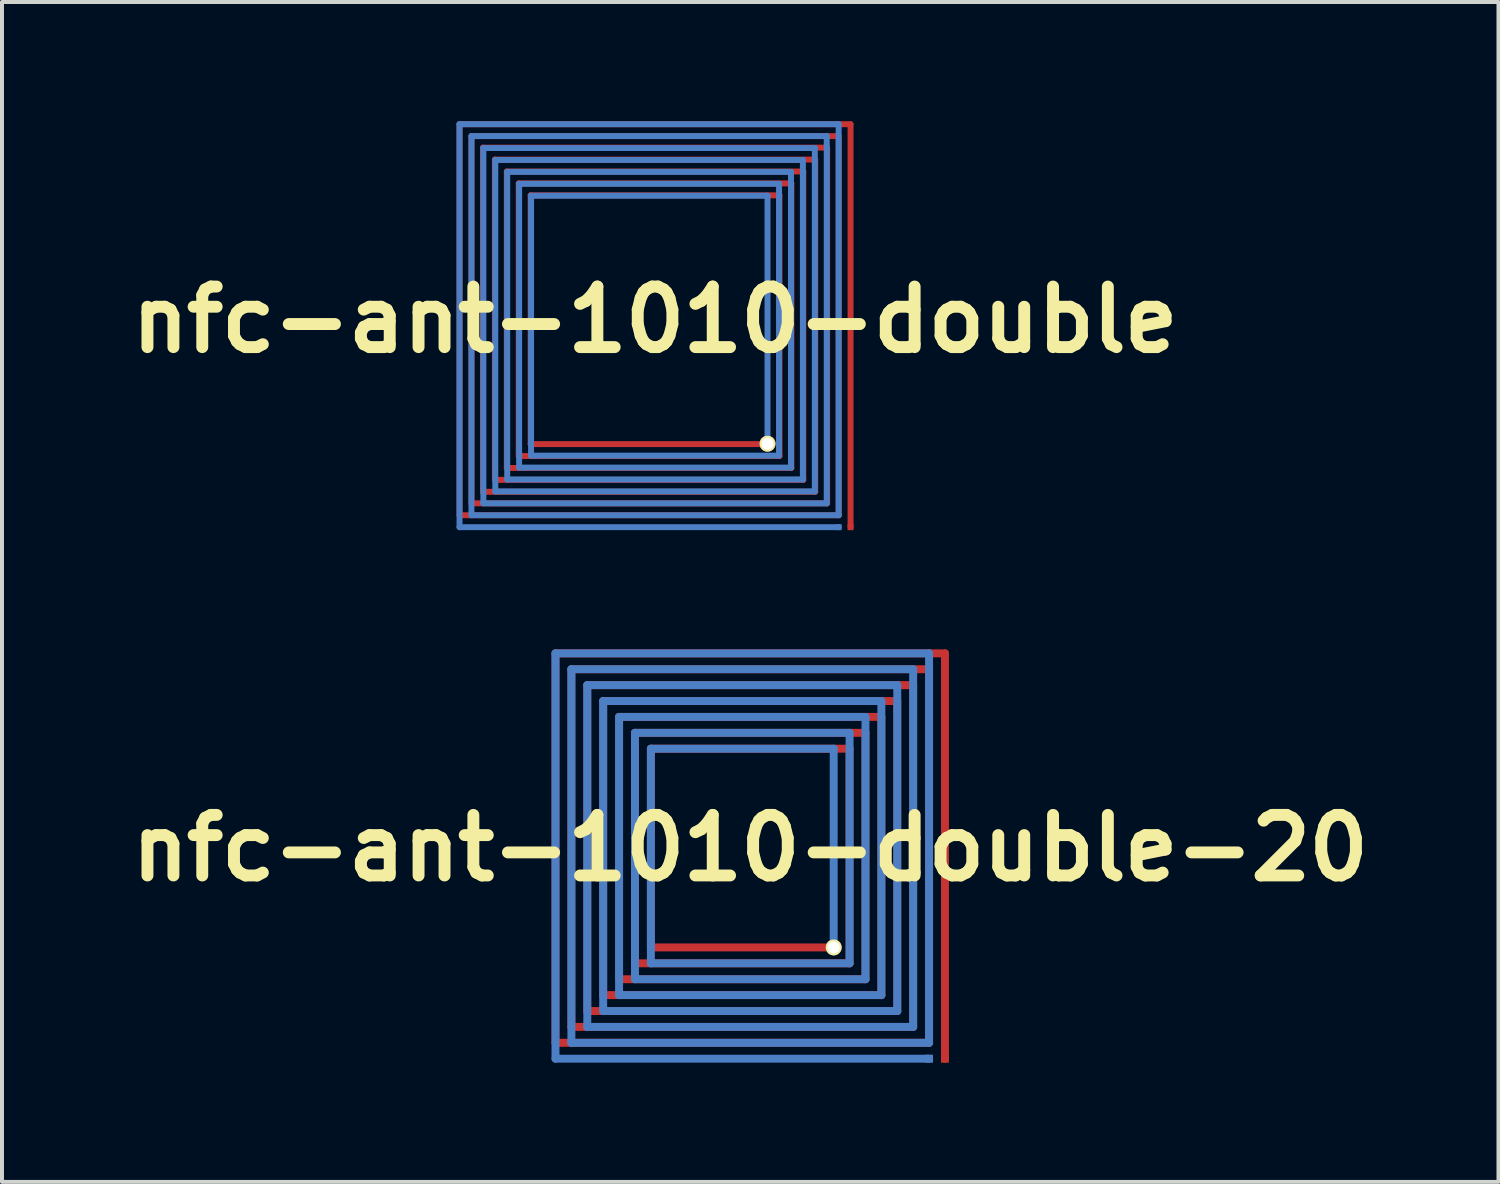
<source format=kicad_pcb>
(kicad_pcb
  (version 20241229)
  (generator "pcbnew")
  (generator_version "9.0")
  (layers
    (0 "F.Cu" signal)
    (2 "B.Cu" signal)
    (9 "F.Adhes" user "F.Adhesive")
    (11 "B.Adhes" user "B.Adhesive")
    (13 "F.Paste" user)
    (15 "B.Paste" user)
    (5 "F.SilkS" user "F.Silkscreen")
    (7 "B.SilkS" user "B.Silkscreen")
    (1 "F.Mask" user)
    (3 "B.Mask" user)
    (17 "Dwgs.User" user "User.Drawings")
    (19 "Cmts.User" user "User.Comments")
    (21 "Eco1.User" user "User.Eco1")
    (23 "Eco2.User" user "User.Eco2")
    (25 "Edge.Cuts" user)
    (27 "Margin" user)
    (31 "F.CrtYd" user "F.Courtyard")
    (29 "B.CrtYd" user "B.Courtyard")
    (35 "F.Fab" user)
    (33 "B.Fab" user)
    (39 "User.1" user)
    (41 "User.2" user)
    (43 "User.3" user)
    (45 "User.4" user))
  (footprint "nfc-ant-1010-double-20"
    (layer "F.Cu")
    (at 15.828 18.29)
    (property "Reference" "nfc-ant-1010-double-20" (at 0 0 0) (layer "F.SilkS") (effects (font (size 1.524 1.524) (thickness 0.3))))
    (attr through_hole)
    (fp_line (start -4.9 -4.9) (end -4.9 4.9) (stroke (width 0.2) (type solid)) (layer "F.Cu"))
    (fp_line (start -4.9 4.9) (end 4.5 4.9) (stroke (width 0.2) (type solid)) (layer "F.Cu"))
    (fp_line (start -4.5 -4.5) (end -4.5 4.5) (stroke (width 0.2) (type solid)) (layer "F.Cu"))
    (fp_line (start -4.5 4.5) (end 4.1 4.5) (stroke (width 0.2) (type solid)) (layer "F.Cu"))
    (fp_line (start -4.1 -4.1) (end -4.1 4.1) (stroke (width 0.2) (type solid)) (layer "F.Cu"))
    (fp_line (start -4.1 4.1) (end 3.7 4.1) (stroke (width 0.2) (type solid)) (layer "F.Cu"))
    (fp_line (start -3.7 -3.7) (end -3.7 3.7) (stroke (width 0.2) (type solid)) (layer "F.Cu"))
    (fp_line (start -3.7 3.7) (end 3.3 3.7) (stroke (width 0.2) (type solid)) (layer "F.Cu"))
    (fp_line (start -3.3 -3.3) (end -3.3 3.3) (stroke (width 0.2) (type solid)) (layer "F.Cu"))
    (fp_line (start -3.3 3.3) (end 2.9 3.3) (stroke (width 0.2) (type solid)) (layer "F.Cu"))
    (fp_line (start -2.9 -2.9) (end -2.9 2.9) (stroke (width 0.2) (type solid)) (layer "F.Cu"))
    (fp_line (start -2.9 2.9) (end 2.5 2.9) (stroke (width 0.2) (type solid)) (layer "F.Cu"))
    (fp_line (start -2.5 -2.5) (end -2.5 2.5) (stroke (width 0.2) (type solid)) (layer "F.Cu"))
    (fp_line (start -2.5 2.5) (end 2.1 2.5) (stroke (width 0.2) (type solid)) (layer "F.Cu"))
    (fp_line (start 2.5 -2.5) (end -2.5 -2.5) (stroke (width 0.2) (type solid)) (layer "F.Cu"))
    (fp_line (start 2.5 2.9) (end 2.5 -2.5) (stroke (width 0.2) (type solid)) (layer "F.Cu"))
    (fp_line (start 2.9 -2.9) (end -2.9 -2.9) (stroke (width 0.2) (type solid)) (layer "F.Cu"))
    (fp_line (start 2.9 3.3) (end 2.9 -2.9) (stroke (width 0.2) (type solid)) (layer "F.Cu"))
    (fp_line (start 3.3 -3.3) (end -3.3 -3.3) (stroke (width 0.2) (type solid)) (layer "F.Cu"))
    (fp_line (start 3.3 3.7) (end 3.3 -3.3) (stroke (width 0.2) (type solid)) (layer "F.Cu"))
    (fp_line (start 3.7 -3.7) (end -3.7 -3.7) (stroke (width 0.2) (type solid)) (layer "F.Cu"))
    (fp_line (start 3.7 4.1) (end 3.7 -3.7) (stroke (width 0.2) (type solid)) (layer "F.Cu"))
    (fp_line (start 4.1 -4.1) (end -4.1 -4.1) (stroke (width 0.2) (type solid)) (layer "F.Cu"))
    (fp_line (start 4.1 4.5) (end 4.1 -4.1) (stroke (width 0.2) (type solid)) (layer "F.Cu"))
    (fp_line (start 4.5 -4.5) (end -4.5 -4.5) (stroke (width 0.2) (type solid)) (layer "F.Cu"))
    (fp_line (start 4.5 4.9) (end 4.5 -4.5) (stroke (width 0.2) (type solid)) (layer "F.Cu"))
    (fp_line (start 4.9 -4.9) (end -4.9 -4.9) (stroke (width 0.2) (type solid)) (layer "F.Cu"))
    (fp_line (start 4.9 5.3) (end 4.9 -4.9) (stroke (width 0.2) (type solid)) (layer "F.Cu"))
    (fp_line (start -4.9 -4.9) (end -4.9 5.3) (stroke (width 0.2) (type solid)) (layer "B.Cu"))
    (fp_line (start -4.9 5.3) (end 4.5 5.3) (stroke (width 0.2) (type solid)) (layer "B.Cu"))
    (fp_line (start -4.5 -4.5) (end -4.5 4.9) (stroke (width 0.2) (type solid)) (layer "B.Cu"))
    (fp_line (start -4.5 4.9) (end 4.5 4.9) (stroke (width 0.2) (type solid)) (layer "B.Cu"))
    (fp_line (start -4.1 -4.1) (end -4.1 4.5) (stroke (width 0.2) (type solid)) (layer "B.Cu"))
    (fp_line (start -4.1 4.5) (end 4.1 4.5) (stroke (width 0.2) (type solid)) (layer "B.Cu"))
    (fp_line (start -3.7 -3.7) (end -3.7 4.1) (stroke (width 0.2) (type solid)) (layer "B.Cu"))
    (fp_line (start -3.7 4.1) (end 3.7 4.1) (stroke (width 0.2) (type solid)) (layer "B.Cu"))
    (fp_line (start -3.3 -3.3) (end -3.3 3.7) (stroke (width 0.2) (type solid)) (layer "B.Cu"))
    (fp_line (start -3.3 3.7) (end 3.3 3.7) (stroke (width 0.2) (type solid)) (layer "B.Cu"))
    (fp_line (start -2.9 -2.9) (end -2.9 3.3) (stroke (width 0.2) (type solid)) (layer "B.Cu"))
    (fp_line (start -2.9 3.3) (end 2.9 3.3) (stroke (width 0.2) (type solid)) (layer "B.Cu"))
    (fp_line (start -2.5 -2.5) (end -2.5 2.9) (stroke (width 0.2) (type solid)) (layer "B.Cu"))
    (fp_line (start -2.5 2.9) (end 2.5 2.9) (stroke (width 0.2) (type solid)) (layer "B.Cu"))
    (fp_line (start 2.1 -2.5) (end -2.5 -2.5) (stroke (width 0.2) (type solid)) (layer "B.Cu"))
    (fp_line (start 2.1 2.5) (end 2.1 -2.5) (stroke (width 0.2) (type solid)) (layer "B.Cu"))
    (fp_line (start 2.5 -2.9) (end -2.9 -2.9) (stroke (width 0.2) (type solid)) (layer "B.Cu"))
    (fp_line (start 2.5 2.9) (end 2.5 -2.9) (stroke (width 0.2) (type solid)) (layer "B.Cu"))
    (fp_line (start 2.9 -3.3) (end -3.3 -3.3) (stroke (width 0.2) (type solid)) (layer "B.Cu"))
    (fp_line (start 2.9 3.3) (end 2.9 -3.3) (stroke (width 0.2) (type solid)) (layer "B.Cu"))
    (fp_line (start 3.3 -3.7) (end -3.7 -3.7) (stroke (width 0.2) (type solid)) (layer "B.Cu"))
    (fp_line (start 3.3 3.7) (end 3.3 -3.7) (stroke (width 0.2) (type solid)) (layer "B.Cu"))
    (fp_line (start 3.7 -4.1) (end -4.1 -4.1) (stroke (width 0.2) (type solid)) (layer "B.Cu"))
    (fp_line (start 3.7 4.1) (end 3.7 -4.1) (stroke (width 0.2) (type solid)) (layer "B.Cu"))
    (fp_line (start 4.1 -4.5) (end -4.5 -4.5) (stroke (width 0.2) (type solid)) (layer "B.Cu"))
    (fp_line (start 4.1 4.5) (end 4.1 -4.5) (stroke (width 0.2) (type solid)) (layer "B.Cu"))
    (fp_line (start 4.5 -4.9) (end -4.9 -4.9) (stroke (width 0.2) (type solid)) (layer "B.Cu"))
    (fp_line (start 4.5 4.9) (end 4.5 -4.9) (stroke (width 0.2) (type solid)) (layer "B.Cu"))
    (pad "" thru_hole circle (at 2.1 2.5) (size 0.4 0.4) (drill 0.3) (layers "*.Cu" "*.Mask" "F.SilkS"))
    (pad "1" smd rect (at 4.9 5.3) (size 0.2 0.2) (layers "F.Cu"))
    (pad "2" smd rect (at 4.5 5.3) (size 0.2 0.2) (layers "B.Cu")))
  (footprint "nfc-ant-1010-double"
    (layer "F.Cu")
    (at 13.433 4.995)
    (property "Reference" "nfc-ant-1010-double" (at 0 0 0) (layer "F.SilkS") (effects (font (size 1.524 1.524) (thickness 0.3))))
    (attr through_hole)
    (fp_line (start -4.92 -4.92) (end -4.92 4.92) (stroke (width 0.15) (type solid)) (layer "F.Cu"))
    (fp_line (start -4.92 4.92) (end 4.62 4.92) (stroke (width 0.15) (type solid)) (layer "F.Cu"))
    (fp_line (start -4.62 -4.62) (end -4.62 4.62) (stroke (width 0.15) (type solid)) (layer "F.Cu"))
    (fp_line (start -4.62 4.62) (end 4.33 4.62) (stroke (width 0.15) (type solid)) (layer "F.Cu"))
    (fp_line (start -4.33 -4.33) (end -4.33 4.33) (stroke (width 0.15) (type solid)) (layer "F.Cu"))
    (fp_line (start -4.33 4.33) (end 4.03 4.33) (stroke (width 0.15) (type solid)) (layer "F.Cu"))
    (fp_line (start -4.03 -4.03) (end -4.03 4.03) (stroke (width 0.15) (type solid)) (layer "F.Cu"))
    (fp_line (start -4.03 4.03) (end 3.73 4.03) (stroke (width 0.15) (type solid)) (layer "F.Cu"))
    (fp_line (start -3.73 -3.73) (end -3.73 3.73) (stroke (width 0.15) (type solid)) (layer "F.Cu"))
    (fp_line (start -3.73 3.73) (end 3.43 3.73) (stroke (width 0.15) (type solid)) (layer "F.Cu"))
    (fp_line (start -3.43 -3.43) (end -3.43 3.43) (stroke (width 0.15) (type solid)) (layer "F.Cu"))
    (fp_line (start -3.43 3.43) (end 3.13 3.43) (stroke (width 0.15) (type solid)) (layer "F.Cu"))
    (fp_line (start -3.13 -3.13) (end -3.13 3.13) (stroke (width 0.15) (type solid)) (layer "F.Cu"))
    (fp_line (start -3.13 3.13) (end 2.83 3.13) (stroke (width 0.15) (type solid)) (layer "F.Cu"))
    (fp_line (start 3.13 -3.13) (end -3.13 -3.13) (stroke (width 0.15) (type solid)) (layer "F.Cu"))
    (fp_line (start 3.13 3.43) (end 3.13 -3.13) (stroke (width 0.15) (type solid)) (layer "F.Cu"))
    (fp_line (start 3.43 -3.43) (end -3.43 -3.43) (stroke (width 0.15) (type solid)) (layer "F.Cu"))
    (fp_line (start 3.43 3.73) (end 3.43 -3.43) (stroke (width 0.15) (type solid)) (layer "F.Cu"))
    (fp_line (start 3.73 -3.73) (end -3.73 -3.73) (stroke (width 0.15) (type solid)) (layer "F.Cu"))
    (fp_line (start 3.73 4.03) (end 3.73 -3.73) (stroke (width 0.15) (type solid)) (layer "F.Cu"))
    (fp_line (start 4.03 -4.03) (end -4.03 -4.03) (stroke (width 0.15) (type solid)) (layer "F.Cu"))
    (fp_line (start 4.03 4.33) (end 4.03 -4.03) (stroke (width 0.15) (type solid)) (layer "F.Cu"))
    (fp_line (start 4.33 -4.33) (end -4.33 -4.33) (stroke (width 0.15) (type solid)) (layer "F.Cu"))
    (fp_line (start 4.33 4.62) (end 4.33 -4.33) (stroke (width 0.15) (type solid)) (layer "F.Cu"))
    (fp_line (start 4.62 -4.62) (end -4.62 -4.62) (stroke (width 0.15) (type solid)) (layer "F.Cu"))
    (fp_line (start 4.62 4.92) (end 4.62 -4.62) (stroke (width 0.15) (type solid)) (layer "F.Cu"))
    (fp_line (start 4.92 -4.92) (end -4.92 -4.92) (stroke (width 0.15) (type solid)) (layer "F.Cu"))
    (fp_line (start 4.92 5.22) (end 4.92 -4.92) (stroke (width 0.15) (type solid)) (layer "F.Cu"))
    (fp_line (start -4.92 -4.92) (end -4.92 5.22) (stroke (width 0.15) (type solid)) (layer "B.Cu"))
    (fp_line (start -4.92 5.22) (end 4.62 5.22) (stroke (width 0.15) (type solid)) (layer "B.Cu"))
    (fp_line (start -4.62 -4.62) (end -4.62 4.92) (stroke (width 0.15) (type solid)) (layer "B.Cu"))
    (fp_line (start -4.62 4.92) (end 4.62 4.92) (stroke (width 0.15) (type solid)) (layer "B.Cu"))
    (fp_line (start -4.32 -4.32) (end -4.32 4.62) (stroke (width 0.15) (type solid)) (layer "B.Cu"))
    (fp_line (start -4.32 4.62) (end 4.32 4.62) (stroke (width 0.15) (type solid)) (layer "B.Cu"))
    (fp_line (start -4.02 -4.02) (end -4.02 4.32) (stroke (width 0.15) (type solid)) (layer "B.Cu"))
    (fp_line (start -4.02 4.32) (end 4.02 4.32) (stroke (width 0.15) (type solid)) (layer "B.Cu"))
    (fp_line (start -3.72 -3.72) (end -3.72 4.02) (stroke (width 0.15) (type solid)) (layer "B.Cu"))
    (fp_line (start -3.72 4.02) (end 3.72 4.02) (stroke (width 0.15) (type solid)) (layer "B.Cu"))
    (fp_line (start -3.42 -3.42) (end -3.42 3.72) (stroke (width 0.15) (type solid)) (layer "B.Cu"))
    (fp_line (start -3.42 3.72) (end 3.42 3.72) (stroke (width 0.15) (type solid)) (layer "B.Cu"))
    (fp_line (start -3.12 -3.12) (end -3.12 3.42) (stroke (width 0.15) (type solid)) (layer "B.Cu"))
    (fp_line (start -3.12 3.42) (end 3.12 3.42) (stroke (width 0.15) (type solid)) (layer "B.Cu"))
    (fp_line (start 2.83 -3.12) (end -3.12 -3.12) (stroke (width 0.15) (type solid)) (layer "B.Cu"))
    (fp_line (start 2.83 3.12) (end 2.83 -3.12) (stroke (width 0.15) (type solid)) (layer "B.Cu"))
    (fp_line (start 3.12 -3.42) (end -3.42 -3.42) (stroke (width 0.15) (type solid)) (layer "B.Cu"))
    (fp_line (start 3.12 3.42) (end 3.12 -3.42) (stroke (width 0.15) (type solid)) (layer "B.Cu"))
    (fp_line (start 3.42 -3.72) (end -3.72 -3.72) (stroke (width 0.15) (type solid)) (layer "B.Cu"))
    (fp_line (start 3.42 3.72) (end 3.42 -3.72) (stroke (width 0.15) (type solid)) (layer "B.Cu"))
    (fp_line (start 3.72 -4.02) (end -4.02 -4.02) (stroke (width 0.15) (type solid)) (layer "B.Cu"))
    (fp_line (start 3.72 4.02) (end 3.72 -4.02) (stroke (width 0.15) (type solid)) (layer "B.Cu"))
    (fp_line (start 4.02 -4.32) (end -4.32 -4.32) (stroke (width 0.15) (type solid)) (layer "B.Cu"))
    (fp_line (start 4.02 4.32) (end 4.02 -4.32) (stroke (width 0.15) (type solid)) (layer "B.Cu"))
    (fp_line (start 4.32 -4.62) (end -4.62 -4.62) (stroke (width 0.15) (type solid)) (layer "B.Cu"))
    (fp_line (start 4.32 4.62) (end 4.32 -4.62) (stroke (width 0.15) (type solid)) (layer "B.Cu"))
    (fp_line (start 4.62 -4.92) (end -4.92 -4.92) (stroke (width 0.15) (type solid)) (layer "B.Cu"))
    (fp_line (start 4.62 4.92) (end 4.62 -4.92) (stroke (width 0.15) (type solid)) (layer "B.Cu"))
    (pad "" thru_hole circle (at 2.83 3.12) (size 0.4 0.4) (drill 0.3) (layers "*.Cu" "*.Mask" "F.SilkS"))
    (pad "1" smd rect (at 4.92 5.22) (size 0.15 0.15) (layers "F.Cu"))
    (pad "2" smd rect (at 4.62 5.22) (size 0.15 0.15) (layers "B.Cu")))
  (gr_rect
    (start -3 -3)
    (end 34.656 26.69)
    (stroke (width 0.1) (type default))
    (fill no)
    (layer "Edge.Cuts")))
</source>
